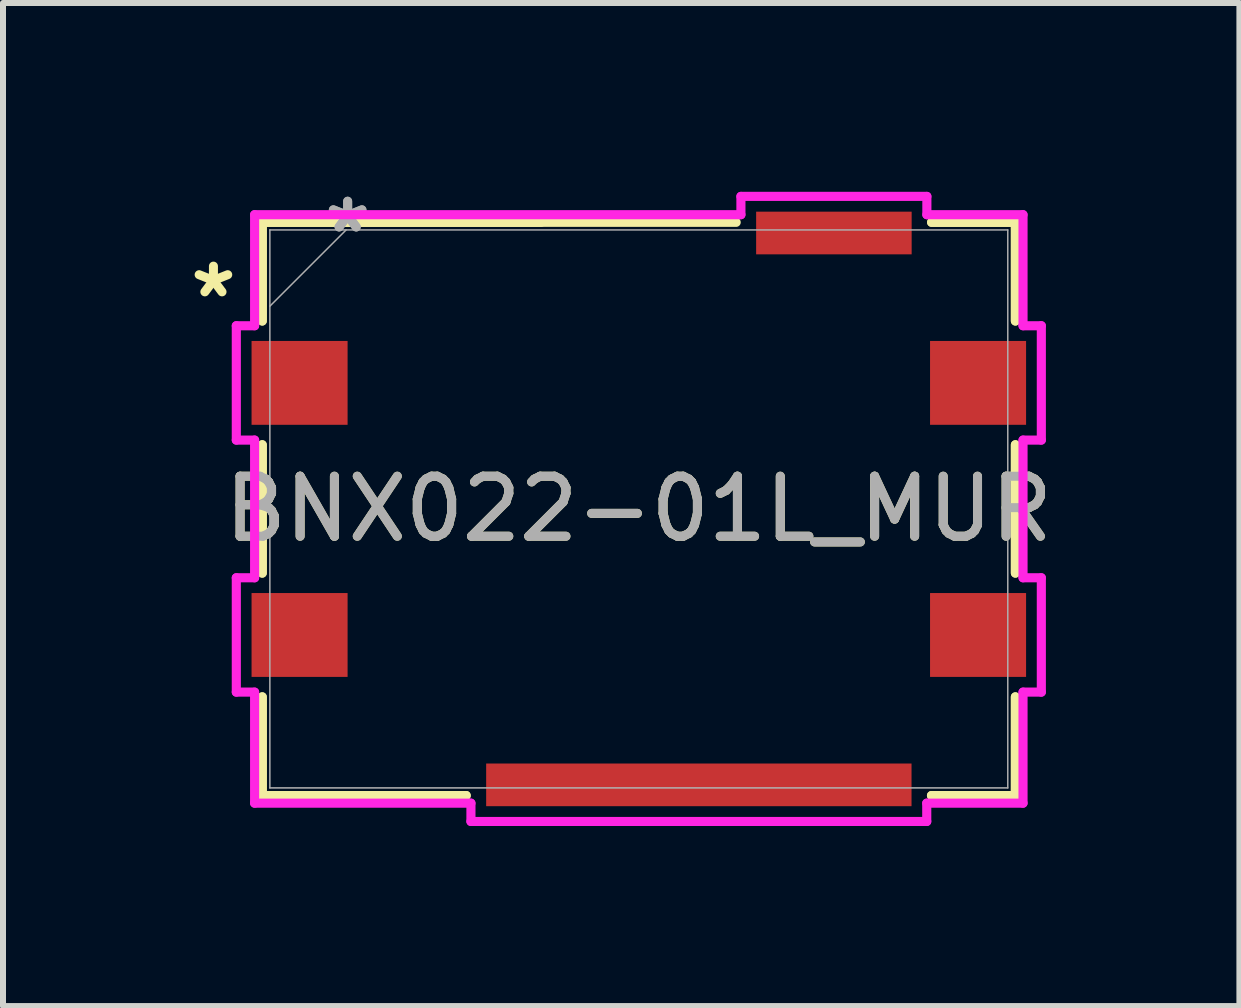
<source format=kicad_pcb>
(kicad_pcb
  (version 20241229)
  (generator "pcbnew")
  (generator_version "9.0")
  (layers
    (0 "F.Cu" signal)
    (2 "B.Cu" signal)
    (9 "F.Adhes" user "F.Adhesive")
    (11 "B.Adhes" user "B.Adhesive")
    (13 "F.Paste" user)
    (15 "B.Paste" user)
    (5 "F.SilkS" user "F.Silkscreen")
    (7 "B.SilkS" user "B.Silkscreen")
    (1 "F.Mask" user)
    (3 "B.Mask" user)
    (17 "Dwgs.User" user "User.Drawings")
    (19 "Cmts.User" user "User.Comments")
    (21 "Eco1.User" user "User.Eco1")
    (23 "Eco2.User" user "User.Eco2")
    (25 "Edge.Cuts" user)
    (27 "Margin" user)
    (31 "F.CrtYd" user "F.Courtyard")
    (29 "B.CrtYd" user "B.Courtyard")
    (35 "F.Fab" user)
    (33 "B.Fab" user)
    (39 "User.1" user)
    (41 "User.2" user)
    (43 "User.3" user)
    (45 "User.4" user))
  (footprint "BNX022-01L_MUR"
    (layer "F.Cu")
    (at 7.593 5.429)
    (property "Reference" "BNX022-01L_MUR" (at 0 0 0) (unlocked yes) (layer "F.SilkS") (effects (font (size 1 1) (thickness 0.15))))
    (attr smd)
    (fp_line (start -6.274 -4.775) (end -6.274 -3.131) (stroke (width 0.152) (type solid)) (layer "F.SilkS"))
    (fp_line (start -6.274 -4.775) (end -6.274 -3.131) (stroke (width 0.152) (type solid)) (layer "F.SilkS"))
    (fp_line (start -6.274 -1.069) (end -6.274 1.069) (stroke (width 0.152) (type solid)) (layer "F.SilkS"))
    (fp_line (start -6.274 -1.069) (end -6.274 1.069) (stroke (width 0.152) (type solid)) (layer "F.SilkS"))
    (fp_line (start -6.274 3.131) (end -6.274 4.775) (stroke (width 0.152) (type solid)) (layer "F.SilkS"))
    (fp_line (start -6.274 3.131) (end -6.274 4.775) (stroke (width 0.152) (type solid)) (layer "F.SilkS"))
    (fp_line (start -6.274 4.775) (end -2.876 4.775) (stroke (width 0.152) (type solid)) (layer "F.SilkS"))
    (fp_line (start -6.274 4.775) (end -2.876 4.775) (stroke (width 0.152) (type solid)) (layer "F.SilkS"))
    (fp_line (start -1.628 -4.775) (end -6.274 -4.775) (stroke (width 0.152) (type solid)) (layer "F.SilkS"))
    (fp_line (start 1.622 -4.775) (end -6.274 -4.775) (stroke (width 0.152) (type solid)) (layer "F.SilkS"))
    (fp_line (start 4.876 4.775) (end 6.274 4.775) (stroke (width 0.152) (type solid)) (layer "F.SilkS"))
    (fp_line (start 4.876 4.775) (end 6.274 4.775) (stroke (width 0.152) (type solid)) (layer "F.SilkS"))
    (fp_line (start 6.274 -4.775) (end 4.878 -4.775) (stroke (width 0.152) (type solid)) (layer "F.SilkS"))
    (fp_line (start 6.274 -4.775) (end 4.878 -4.775) (stroke (width 0.152) (type solid)) (layer "F.SilkS"))
    (fp_line (start 6.274 -3.131) (end 6.274 -4.775) (stroke (width 0.152) (type solid)) (layer "F.SilkS"))
    (fp_line (start 6.274 -3.131) (end 6.274 -4.775) (stroke (width 0.152) (type solid)) (layer "F.SilkS"))
    (fp_line (start 6.274 1.069) (end 6.274 -1.069) (stroke (width 0.152) (type solid)) (layer "F.SilkS"))
    (fp_line (start 6.274 1.069) (end 6.274 -1.069) (stroke (width 0.152) (type solid)) (layer "F.SilkS"))
    (fp_line (start 6.274 4.775) (end 6.274 3.131) (stroke (width 0.152) (type solid)) (layer "F.SilkS"))
    (fp_line (start 6.274 4.775) (end 6.274 3.131) (stroke (width 0.152) (type solid)) (layer "F.SilkS"))
    (fp_line (start -6.706 -3.052) (end -6.706 -1.147) (stroke (width 0.152) (type solid)) (layer "F.CrtYd"))
    (fp_line (start -6.706 -1.147) (end -6.401 -1.147) (stroke (width 0.152) (type solid)) (layer "F.CrtYd"))
    (fp_line (start -6.706 1.147) (end -6.706 3.052) (stroke (width 0.152) (type solid)) (layer "F.CrtYd"))
    (fp_line (start -6.706 3.052) (end -6.401 3.052) (stroke (width 0.152) (type solid)) (layer "F.CrtYd"))
    (fp_line (start -6.401 -4.902) (end -6.401 -3.052) (stroke (width 0.152) (type solid)) (layer "F.CrtYd"))
    (fp_line (start -6.401 -3.052) (end -6.706 -3.052) (stroke (width 0.152) (type solid)) (layer "F.CrtYd"))
    (fp_line (start -6.401 -1.147) (end -6.401 1.147) (stroke (width 0.152) (type solid)) (layer "F.CrtYd"))
    (fp_line (start -6.401 1.147) (end -6.706 1.147) (stroke (width 0.152) (type solid)) (layer "F.CrtYd"))
    (fp_line (start -6.401 3.052) (end -6.401 4.902) (stroke (width 0.152) (type solid)) (layer "F.CrtYd"))
    (fp_line (start -6.401 4.902) (end -2.797 4.902) (stroke (width 0.152) (type solid)) (layer "F.CrtYd"))
    (fp_line (start -2.797 4.902) (end -2.797 5.207) (stroke (width 0.152) (type solid)) (layer "F.CrtYd"))
    (fp_line (start -2.797 5.207) (end 4.797 5.207) (stroke (width 0.152) (type solid)) (layer "F.CrtYd"))
    (fp_line (start 1.701 -5.207) (end 1.701 -4.902) (stroke (width 0.152) (type solid)) (layer "F.CrtYd"))
    (fp_line (start 1.701 -4.902) (end -6.401 -4.902) (stroke (width 0.152) (type solid)) (layer "F.CrtYd"))
    (fp_line (start 4.797 4.902) (end 6.401 4.902) (stroke (width 0.152) (type solid)) (layer "F.CrtYd"))
    (fp_line (start 4.797 5.207) (end 4.797 4.902) (stroke (width 0.152) (type solid)) (layer "F.CrtYd"))
    (fp_line (start 4.799 -5.207) (end 1.701 -5.207) (stroke (width 0.152) (type solid)) (layer "F.CrtYd"))
    (fp_line (start 4.799 -4.902) (end 4.799 -5.207) (stroke (width 0.152) (type solid)) (layer "F.CrtYd"))
    (fp_line (start 6.401 -4.902) (end 4.799 -4.902) (stroke (width 0.152) (type solid)) (layer "F.CrtYd"))
    (fp_line (start 6.401 -3.052) (end 6.401 -4.902) (stroke (width 0.152) (type solid)) (layer "F.CrtYd"))
    (fp_line (start 6.401 -1.147) (end 6.706 -1.147) (stroke (width 0.152) (type solid)) (layer "F.CrtYd"))
    (fp_line (start 6.401 1.147) (end 6.401 -1.147) (stroke (width 0.152) (type solid)) (layer "F.CrtYd"))
    (fp_line (start 6.401 3.052) (end 6.706 3.052) (stroke (width 0.152) (type solid)) (layer "F.CrtYd"))
    (fp_line (start 6.401 4.902) (end 6.401 3.052) (stroke (width 0.152) (type solid)) (layer "F.CrtYd"))
    (fp_line (start 6.706 -3.052) (end 6.401 -3.052) (stroke (width 0.152) (type solid)) (layer "F.CrtYd"))
    (fp_line (start 6.706 -1.147) (end 6.706 -3.052) (stroke (width 0.152) (type solid)) (layer "F.CrtYd"))
    (fp_line (start 6.706 1.147) (end 6.401 1.147) (stroke (width 0.152) (type solid)) (layer "F.CrtYd"))
    (fp_line (start 6.706 3.052) (end 6.706 1.147) (stroke (width 0.152) (type solid)) (layer "F.CrtYd"))
    (fp_line (start -6.147 -4.648) (end -6.147 4.648) (stroke (width 0.025) (type solid)) (layer "F.Fab"))
    (fp_line (start -6.147 -3.378) (end -4.877 -4.648) (stroke (width 0.025) (type solid)) (layer "F.Fab"))
    (fp_line (start -6.147 4.648) (end 6.147 4.648) (stroke (width 0.025) (type solid)) (layer "F.Fab"))
    (fp_line (start 6.147 -4.648) (end -6.147 -4.648) (stroke (width 0.025) (type solid)) (layer "F.Fab"))
    (fp_line (start 6.147 4.648) (end 6.147 -4.648) (stroke (width 0.025) (type solid)) (layer "F.Fab"))
    (fp_text user "*" (at -7.087 -3.5 0) (layer "F.SilkS") (effects (font (size 1 1) (thickness 0.15))))
    (fp_text user "${REFERENCE}" (at 0 0 0) (unlocked yes) (layer "F.Fab") (effects (font (size 1 1) (thickness 0.15))))
    (fp_text user "*" (at -4.851 -4.581 0) (layer "F.Fab") (effects (font (size 1 1) (thickness 0.15))))
    (fp_text user "*" (at -4.851 -4.581 0) (unlocked yes) (layer "F.Fab") (effects (font (size 1 1) (thickness 0.15))))
    (pad "1" smd rect (at -5.652 -2.1 90) (size 1.397 1.6) (layers "F.Cu" "F.Mask" "F.Paste"))
    (pad "2" smd rect (at 5.652 -2.1 90) (size 1.397 1.6) (layers "F.Cu" "F.Mask" "F.Paste"))
    (pad "3" smd rect (at -5.652 2.1 90) (size 1.397 1.6) (layers "F.Cu" "F.Mask" "F.Paste"))
    (pad "4" smd rect (at 5.652 2.1 90) (size 1.397 1.6) (layers "F.Cu" "F.Mask" "F.Paste"))
    (pad "5" smd rect (at 3.25 -4.597) (size 2.591 0.711) (layers "F.Cu" "F.Mask" "F.Paste"))
    (pad "6" smd rect (at 1 4.597) (size 7.087 0.711) (layers "F.Cu" "F.Mask" "F.Paste")))
  (gr_rect
    (start -3 -3)
    (end 17.599 13.712)
    (stroke (width 0.1) (type default))
    (fill no)
    (layer "Edge.Cuts")))
</source>
